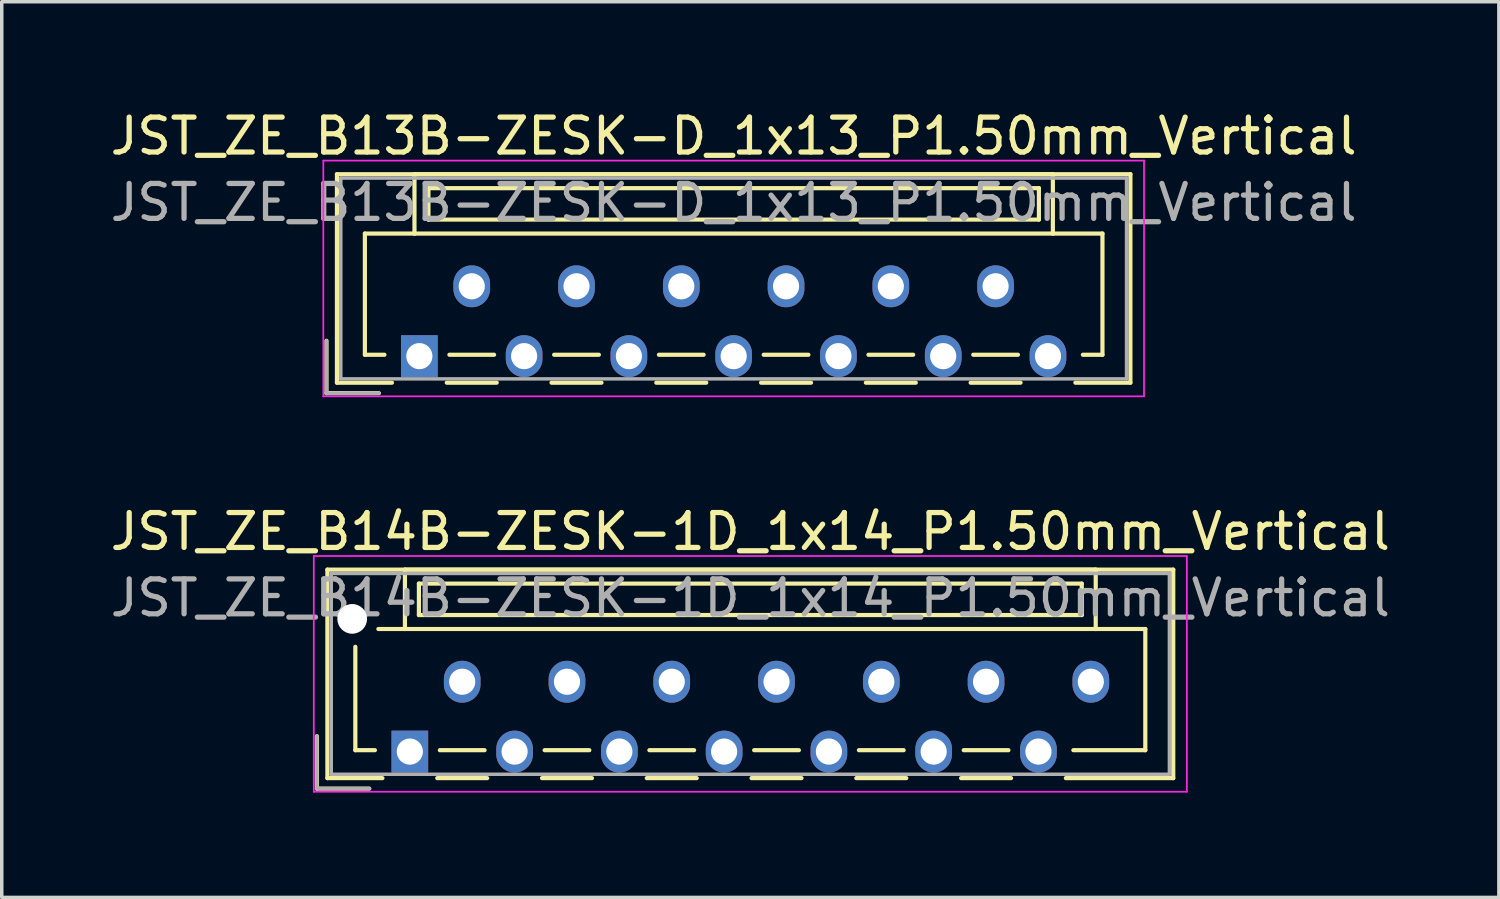
<source format=kicad_pcb>
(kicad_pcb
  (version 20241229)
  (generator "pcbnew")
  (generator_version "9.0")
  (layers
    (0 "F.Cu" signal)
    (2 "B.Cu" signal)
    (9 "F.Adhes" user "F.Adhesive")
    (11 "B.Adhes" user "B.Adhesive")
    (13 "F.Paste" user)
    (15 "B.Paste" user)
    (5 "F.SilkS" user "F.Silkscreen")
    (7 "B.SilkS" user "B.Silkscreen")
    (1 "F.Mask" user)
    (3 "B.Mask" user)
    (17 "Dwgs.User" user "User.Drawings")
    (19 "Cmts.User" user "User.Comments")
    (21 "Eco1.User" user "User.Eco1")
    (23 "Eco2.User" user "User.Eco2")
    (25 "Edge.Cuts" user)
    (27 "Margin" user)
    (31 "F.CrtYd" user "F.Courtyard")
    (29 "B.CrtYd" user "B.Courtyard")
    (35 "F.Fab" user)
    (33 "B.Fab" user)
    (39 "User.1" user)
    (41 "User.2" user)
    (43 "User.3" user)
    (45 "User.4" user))
  (footprint "JST_ZE_B14B-ZESK-1D_1x14_P1.50mm_Vertical"
    (layer "F.Cu")
    (at 8.685 18.471)
    (property "Reference" "JST_ZE_B14B-ZESK-1D_1x14_P1.50mm_Vertical" (at 9.75 -6.3 0) (layer "F.SilkS") (effects (font (size 1 1) (thickness 0.15))))
    (attr through_hole)
    (fp_line (start -2.66 -0.44) (end -2.66 1.06) (stroke (width 0.12) (type solid)) (layer "F.SilkS"))
    (fp_line (start -2.66 1.06) (end -1.16 1.06) (stroke (width 0.12) (type solid)) (layer "F.SilkS"))
    (fp_line (start -2.36 -5.21) (end 21.86 -5.21) (stroke (width 0.12) (type solid)) (layer "F.SilkS"))
    (fp_line (start -2.36 0.76) (end -2.36 -5.21) (stroke (width 0.12) (type solid)) (layer "F.SilkS"))
    (fp_line (start -1.56 -3) (end -1.56 -0.04) (stroke (width 0.12) (type solid)) (layer "F.SilkS"))
    (fp_line (start -1.56 -0.04) (end -1 -0.04) (stroke (width 0.12) (type solid)) (layer "F.SilkS"))
    (fp_line (start -0.785 0.76) (end -2.36 0.76) (stroke (width 0.12) (type solid)) (layer "F.SilkS"))
    (fp_line (start -0.14 -5.21) (end -0.14 -3.51) (stroke (width 0.12) (type solid)) (layer "F.SilkS"))
    (fp_line (start -0.14 -3.51) (end -0.9 -3.51) (stroke (width 0.12) (type solid)) (layer "F.SilkS"))
    (fp_line (start -0.14 -3.51) (end 19.64 -3.51) (stroke (width 0.12) (type solid)) (layer "F.SilkS"))
    (fp_line (start 0.26 -4.81) (end 0.26 -3.91) (stroke (width 0.12) (type solid)) (layer "F.SilkS"))
    (fp_line (start 0.26 -3.91) (end 19.24 -3.91) (stroke (width 0.12) (type solid)) (layer "F.SilkS"))
    (fp_line (start 0.785 0.76) (end 2.215 0.76) (stroke (width 0.12) (type solid)) (layer "F.SilkS"))
    (fp_line (start 0.86 -0.04) (end 2.14 -0.04) (stroke (width 0.12) (type solid)) (layer "F.SilkS"))
    (fp_line (start 3.785 0.76) (end 5.215 0.76) (stroke (width 0.12) (type solid)) (layer "F.SilkS"))
    (fp_line (start 3.86 -0.04) (end 5.14 -0.04) (stroke (width 0.12) (type solid)) (layer "F.SilkS"))
    (fp_line (start 6.785 0.76) (end 8.215 0.76) (stroke (width 0.12) (type solid)) (layer "F.SilkS"))
    (fp_line (start 6.86 -0.04) (end 8.14 -0.04) (stroke (width 0.12) (type solid)) (layer "F.SilkS"))
    (fp_line (start 9.785 0.76) (end 11.215 0.76) (stroke (width 0.12) (type solid)) (layer "F.SilkS"))
    (fp_line (start 9.86 -0.04) (end 11.14 -0.04) (stroke (width 0.12) (type solid)) (layer "F.SilkS"))
    (fp_line (start 12.785 0.76) (end 14.215 0.76) (stroke (width 0.12) (type solid)) (layer "F.SilkS"))
    (fp_line (start 12.86 -0.04) (end 14.14 -0.04) (stroke (width 0.12) (type solid)) (layer "F.SilkS"))
    (fp_line (start 15.785 0.76) (end 17.215 0.76) (stroke (width 0.12) (type solid)) (layer "F.SilkS"))
    (fp_line (start 15.86 -0.04) (end 17.14 -0.04) (stroke (width 0.12) (type solid)) (layer "F.SilkS"))
    (fp_line (start 19.24 -4.81) (end 0.26 -4.81) (stroke (width 0.12) (type solid)) (layer "F.SilkS"))
    (fp_line (start 19.24 -3.91) (end 19.24 -4.81) (stroke (width 0.12) (type solid)) (layer "F.SilkS"))
    (fp_line (start 19.64 -5.21) (end -0.14 -5.21) (stroke (width 0.12) (type solid)) (layer "F.SilkS"))
    (fp_line (start 19.64 -3.51) (end 19.64 -5.21) (stroke (width 0.12) (type solid)) (layer "F.SilkS"))
    (fp_line (start 19.64 -3.51) (end 21.06 -3.51) (stroke (width 0.12) (type solid)) (layer "F.SilkS"))
    (fp_line (start 21.06 -3.51) (end 21.06 -0.04) (stroke (width 0.12) (type solid)) (layer "F.SilkS"))
    (fp_line (start 21.06 -0.04) (end 19 -0.04) (stroke (width 0.12) (type solid)) (layer "F.SilkS"))
    (fp_line (start 21.86 -5.21) (end 21.86 0.76) (stroke (width 0.12) (type solid)) (layer "F.SilkS"))
    (fp_line (start 21.86 0.76) (end 18.785 0.76) (stroke (width 0.12) (type solid)) (layer "F.SilkS"))
    (fp_line (start -2.75 -5.6) (end -2.75 1.15) (stroke (width 0.05) (type solid)) (layer "F.CrtYd"))
    (fp_line (start -2.75 1.15) (end 22.25 1.15) (stroke (width 0.05) (type solid)) (layer "F.CrtYd"))
    (fp_line (start 22.25 -5.6) (end -2.75 -5.6) (stroke (width 0.05) (type solid)) (layer "F.CrtYd"))
    (fp_line (start 22.25 1.15) (end 22.25 -5.6) (stroke (width 0.05) (type solid)) (layer "F.CrtYd"))
    (fp_line (start -2.66 -0.44) (end -2.66 1.06) (stroke (width 0.1) (type solid)) (layer "F.Fab"))
    (fp_line (start -2.66 1.06) (end -1.16 1.06) (stroke (width 0.1) (type solid)) (layer "F.Fab"))
    (fp_line (start -2.25 -5.1) (end -2.25 0.65) (stroke (width 0.1) (type solid)) (layer "F.Fab"))
    (fp_line (start -2.25 0.65) (end 21.75 0.65) (stroke (width 0.1) (type solid)) (layer "F.Fab"))
    (fp_line (start 21.75 -5.1) (end -2.25 -5.1) (stroke (width 0.1) (type solid)) (layer "F.Fab"))
    (fp_line (start 21.75 0.65) (end 21.75 -5.1) (stroke (width 0.1) (type solid)) (layer "F.Fab"))
    (fp_text user "${REFERENCE}" (at 9.75 -4.4 0) (layer "F.Fab") (effects (font (size 1 1) (thickness 0.15))))
    (pad "" np_thru_hole circle (at -1.65 -3.8) (size 0.85 0.85) (drill 0.85) (layers "*.Cu" "*.Mask"))
    (pad "1" thru_hole rect (at 0 0) (size 1.05 1.2) (drill 0.75) (layers "*.Cu" "*.Mask"))
    (pad "2" thru_hole oval (at 1.5 -2) (size 1.05 1.2) (drill 0.75) (layers "*.Cu" "*.Mask"))
    (pad "3" thru_hole oval (at 3 0) (size 1.05 1.2) (drill 0.75) (layers "*.Cu" "*.Mask"))
    (pad "4" thru_hole oval (at 4.5 -2) (size 1.05 1.2) (drill 0.75) (layers "*.Cu" "*.Mask"))
    (pad "5" thru_hole oval (at 6 0) (size 1.05 1.2) (drill 0.75) (layers "*.Cu" "*.Mask"))
    (pad "6" thru_hole oval (at 7.5 -2) (size 1.05 1.2) (drill 0.75) (layers "*.Cu" "*.Mask"))
    (pad "7" thru_hole oval (at 9 0) (size 1.05 1.2) (drill 0.75) (layers "*.Cu" "*.Mask"))
    (pad "8" thru_hole oval (at 10.5 -2) (size 1.05 1.2) (drill 0.75) (layers "*.Cu" "*.Mask"))
    (pad "9" thru_hole oval (at 12 0) (size 1.05 1.2) (drill 0.75) (layers "*.Cu" "*.Mask"))
    (pad "10" thru_hole oval (at 13.5 -2) (size 1.05 1.2) (drill 0.75) (layers "*.Cu" "*.Mask"))
    (pad "11" thru_hole oval (at 15 0) (size 1.05 1.2) (drill 0.75) (layers "*.Cu" "*.Mask"))
    (pad "12" thru_hole oval (at 16.5 -2) (size 1.05 1.2) (drill 0.75) (layers "*.Cu" "*.Mask"))
    (pad "13" thru_hole oval (at 18 0) (size 1.05 1.2) (drill 0.75) (layers "*.Cu" "*.Mask"))
    (pad "14" thru_hole oval (at 19.5 -2) (size 1.05 1.2) (drill 0.75) (layers "*.Cu" "*.Mask")))
  (footprint "JST_ZE_B13B-ZESK-D_1x13_P1.50mm_Vertical"
    (layer "F.Cu")
    (at 8.958 7.148)
    (property "Reference" "JST_ZE_B13B-ZESK-D_1x13_P1.50mm_Vertical" (at 9 -6.3 0) (layer "F.SilkS") (effects (font (size 1 1) (thickness 0.15))))
    (attr through_hole)
    (fp_line (start -2.66 -0.44) (end -2.66 1.06) (stroke (width 0.12) (type solid)) (layer "F.SilkS"))
    (fp_line (start -2.66 1.06) (end -1.16 1.06) (stroke (width 0.12) (type solid)) (layer "F.SilkS"))
    (fp_line (start -2.36 -5.21) (end 20.36 -5.21) (stroke (width 0.12) (type solid)) (layer "F.SilkS"))
    (fp_line (start -2.36 0.76) (end -2.36 -5.21) (stroke (width 0.12) (type solid)) (layer "F.SilkS"))
    (fp_line (start -1.56 -3.51) (end -1.56 -0.04) (stroke (width 0.12) (type solid)) (layer "F.SilkS"))
    (fp_line (start -1.56 -0.04) (end -1 -0.04) (stroke (width 0.12) (type solid)) (layer "F.SilkS"))
    (fp_line (start -0.785 0.76) (end -2.36 0.76) (stroke (width 0.12) (type solid)) (layer "F.SilkS"))
    (fp_line (start -0.14 -5.21) (end -0.14 -3.51) (stroke (width 0.12) (type solid)) (layer "F.SilkS"))
    (fp_line (start -0.14 -3.51) (end -1.56 -3.51) (stroke (width 0.12) (type solid)) (layer "F.SilkS"))
    (fp_line (start -0.14 -3.51) (end 18.14 -3.51) (stroke (width 0.12) (type solid)) (layer "F.SilkS"))
    (fp_line (start 0.26 -4.81) (end 0.26 -3.91) (stroke (width 0.12) (type solid)) (layer "F.SilkS"))
    (fp_line (start 0.26 -3.91) (end 17.74 -3.91) (stroke (width 0.12) (type solid)) (layer "F.SilkS"))
    (fp_line (start 0.785 0.76) (end 2.215 0.76) (stroke (width 0.12) (type solid)) (layer "F.SilkS"))
    (fp_line (start 0.86 -0.04) (end 2.14 -0.04) (stroke (width 0.12) (type solid)) (layer "F.SilkS"))
    (fp_line (start 3.785 0.76) (end 5.215 0.76) (stroke (width 0.12) (type solid)) (layer "F.SilkS"))
    (fp_line (start 3.86 -0.04) (end 5.14 -0.04) (stroke (width 0.12) (type solid)) (layer "F.SilkS"))
    (fp_line (start 6.785 0.76) (end 8.215 0.76) (stroke (width 0.12) (type solid)) (layer "F.SilkS"))
    (fp_line (start 6.86 -0.04) (end 8.14 -0.04) (stroke (width 0.12) (type solid)) (layer "F.SilkS"))
    (fp_line (start 9.785 0.76) (end 11.215 0.76) (stroke (width 0.12) (type solid)) (layer "F.SilkS"))
    (fp_line (start 9.86 -0.04) (end 11.14 -0.04) (stroke (width 0.12) (type solid)) (layer "F.SilkS"))
    (fp_line (start 12.785 0.76) (end 14.215 0.76) (stroke (width 0.12) (type solid)) (layer "F.SilkS"))
    (fp_line (start 12.86 -0.04) (end 14.14 -0.04) (stroke (width 0.12) (type solid)) (layer "F.SilkS"))
    (fp_line (start 15.785 0.76) (end 17.215 0.76) (stroke (width 0.12) (type solid)) (layer "F.SilkS"))
    (fp_line (start 15.86 -0.04) (end 17.14 -0.04) (stroke (width 0.12) (type solid)) (layer "F.SilkS"))
    (fp_line (start 17.74 -4.81) (end 0.26 -4.81) (stroke (width 0.12) (type solid)) (layer "F.SilkS"))
    (fp_line (start 17.74 -3.91) (end 17.74 -4.81) (stroke (width 0.12) (type solid)) (layer "F.SilkS"))
    (fp_line (start 18.14 -5.21) (end -0.14 -5.21) (stroke (width 0.12) (type solid)) (layer "F.SilkS"))
    (fp_line (start 18.14 -3.51) (end 18.14 -5.21) (stroke (width 0.12) (type solid)) (layer "F.SilkS"))
    (fp_line (start 18.14 -3.51) (end 19.56 -3.51) (stroke (width 0.12) (type solid)) (layer "F.SilkS"))
    (fp_line (start 19.56 -3.51) (end 19.56 -0.04) (stroke (width 0.12) (type solid)) (layer "F.SilkS"))
    (fp_line (start 19.56 -0.04) (end 19 -0.04) (stroke (width 0.12) (type solid)) (layer "F.SilkS"))
    (fp_line (start 20.36 -5.21) (end 20.36 0.76) (stroke (width 0.12) (type solid)) (layer "F.SilkS"))
    (fp_line (start 20.36 0.76) (end 18.785 0.76) (stroke (width 0.12) (type solid)) (layer "F.SilkS"))
    (fp_line (start -2.75 -5.6) (end -2.75 1.15) (stroke (width 0.05) (type solid)) (layer "F.CrtYd"))
    (fp_line (start -2.75 1.15) (end 20.75 1.15) (stroke (width 0.05) (type solid)) (layer "F.CrtYd"))
    (fp_line (start 20.75 -5.6) (end -2.75 -5.6) (stroke (width 0.05) (type solid)) (layer "F.CrtYd"))
    (fp_line (start 20.75 1.15) (end 20.75 -5.6) (stroke (width 0.05) (type solid)) (layer "F.CrtYd"))
    (fp_line (start -2.66 -0.44) (end -2.66 1.06) (stroke (width 0.1) (type solid)) (layer "F.Fab"))
    (fp_line (start -2.66 1.06) (end -1.16 1.06) (stroke (width 0.1) (type solid)) (layer "F.Fab"))
    (fp_line (start -2.25 -5.1) (end -2.25 0.65) (stroke (width 0.1) (type solid)) (layer "F.Fab"))
    (fp_line (start -2.25 0.65) (end 20.25 0.65) (stroke (width 0.1) (type solid)) (layer "F.Fab"))
    (fp_line (start 20.25 -5.1) (end -2.25 -5.1) (stroke (width 0.1) (type solid)) (layer "F.Fab"))
    (fp_line (start 20.25 0.65) (end 20.25 -5.1) (stroke (width 0.1) (type solid)) (layer "F.Fab"))
    (fp_text user "${REFERENCE}" (at 9 -4.4 0) (layer "F.Fab") (effects (font (size 1 1) (thickness 0.15))))
    (pad "1" thru_hole rect (at 0 0) (size 1.05 1.2) (drill 0.75) (layers "*.Cu" "*.Mask"))
    (pad "2" thru_hole oval (at 1.5 -2) (size 1.05 1.2) (drill 0.75) (layers "*.Cu" "*.Mask"))
    (pad "3" thru_hole oval (at 3 0) (size 1.05 1.2) (drill 0.75) (layers "*.Cu" "*.Mask"))
    (pad "4" thru_hole oval (at 4.5 -2) (size 1.05 1.2) (drill 0.75) (layers "*.Cu" "*.Mask"))
    (pad "5" thru_hole oval (at 6 0) (size 1.05 1.2) (drill 0.75) (layers "*.Cu" "*.Mask"))
    (pad "6" thru_hole oval (at 7.5 -2) (size 1.05 1.2) (drill 0.75) (layers "*.Cu" "*.Mask"))
    (pad "7" thru_hole oval (at 9 0) (size 1.05 1.2) (drill 0.75) (layers "*.Cu" "*.Mask"))
    (pad "8" thru_hole oval (at 10.5 -2) (size 1.05 1.2) (drill 0.75) (layers "*.Cu" "*.Mask"))
    (pad "9" thru_hole oval (at 12 0) (size 1.05 1.2) (drill 0.75) (layers "*.Cu" "*.Mask"))
    (pad "10" thru_hole oval (at 13.5 -2) (size 1.05 1.2) (drill 0.75) (layers "*.Cu" "*.Mask"))
    (pad "11" thru_hole oval (at 15 0) (size 1.05 1.2) (drill 0.75) (layers "*.Cu" "*.Mask"))
    (pad "12" thru_hole oval (at 16.5 -2) (size 1.05 1.2) (drill 0.75) (layers "*.Cu" "*.Mask"))
    (pad "13" thru_hole oval (at 18 0) (size 1.05 1.2) (drill 0.75) (layers "*.Cu" "*.Mask")))
  (gr_rect
    (start -3 -3)
    (end 39.869 22.646)
    (stroke (width 0.1) (type default))
    (fill no)
    (layer "Edge.Cuts")))
</source>
